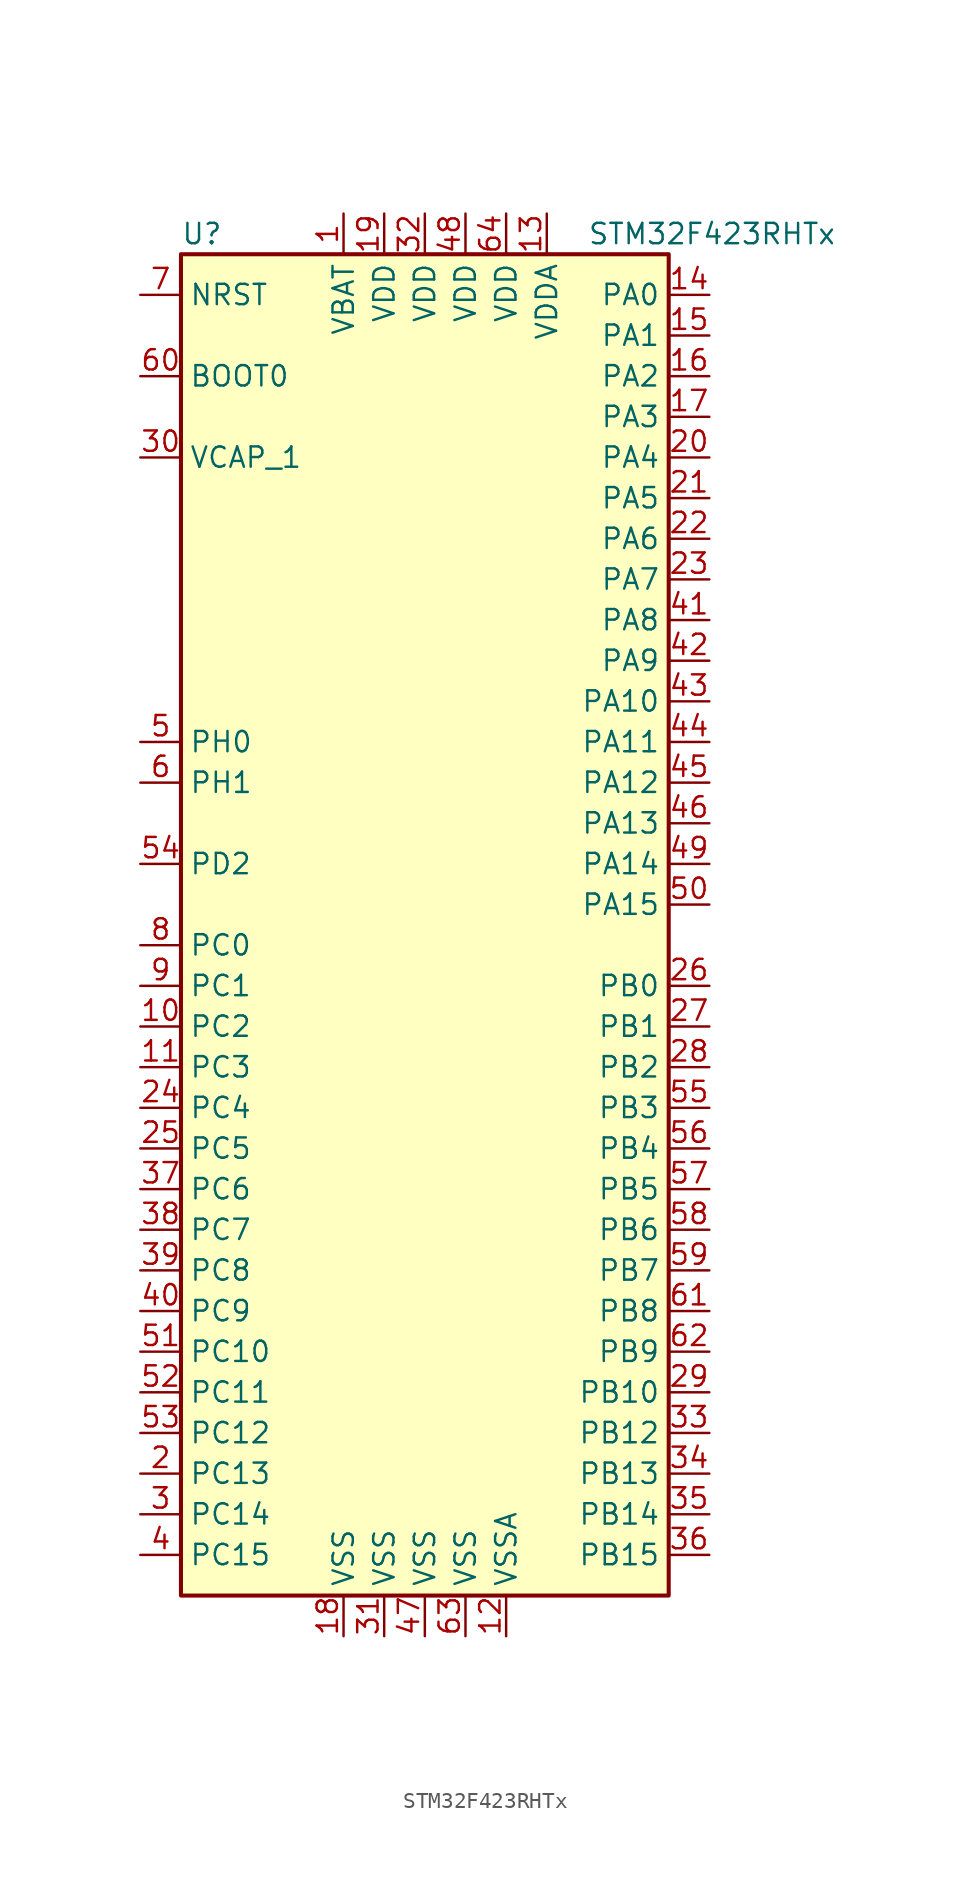
<source format=kicad_sym>
(kicad_symbol_lib
  (version 20201005)
  (generator kicad_symbol_editor)
  (symbol "STM32F423RHTx"
    (property "Reference" "U"
      (at -15.24 41.91 0)
      (effects (font (size 1.27 1.27)) (justify left)))
    (property "Value" "STM32F423RHTx"
      (at 10.16 41.91 0)
      (effects (font (size 1.27 1.27)) (justify left)))
    (symbol "STM32F423RHTx_0_1"
      (rectangle (start -15.24 -43.18) (end 15.24 40.64) (stroke (width 0.254)) (fill (type background))))
    (symbol "STM32F423RHTx_1_1"
      (pin power_in line (at -5.08 43.18 270) (length 2.54) (name "VBAT" (effects (font (size 1.27 1.27)))) (number "1" (effects (font (size 1.27 1.27)))))
      (pin bidirectional line (at -17.78 -7.62 0) (length 2.54) (name "PC2" (effects (font (size 1.27 1.27)))) (number "10" (effects (font (size 1.27 1.27)))))
      (pin bidirectional line (at -17.78 -10.16 0) (length 2.54) (name "PC3" (effects (font (size 1.27 1.27)))) (number "11" (effects (font (size 1.27 1.27)))))
      (pin power_in line (at 5.08 -45.72 90) (length 2.54) (name "VSSA" (effects (font (size 1.27 1.27)))) (number "12" (effects (font (size 1.27 1.27)))))
      (pin power_in line (at 7.62 43.18 270) (length 2.54) (name "VDDA" (effects (font (size 1.27 1.27)))) (number "13" (effects (font (size 1.27 1.27)))))
      (pin bidirectional line (at 17.78 38.1 180) (length 2.54) (name "PA0" (effects (font (size 1.27 1.27)))) (number "14" (effects (font (size 1.27 1.27)))))
      (pin bidirectional line (at 17.78 35.56 180) (length 2.54) (name "PA1" (effects (font (size 1.27 1.27)))) (number "15" (effects (font (size 1.27 1.27)))))
      (pin bidirectional line (at 17.78 33.02 180) (length 2.54) (name "PA2" (effects (font (size 1.27 1.27)))) (number "16" (effects (font (size 1.27 1.27)))))
      (pin bidirectional line (at 17.78 30.48 180) (length 2.54) (name "PA3" (effects (font (size 1.27 1.27)))) (number "17" (effects (font (size 1.27 1.27)))))
      (pin power_in line (at -5.08 -45.72 90) (length 2.54) (name "VSS" (effects (font (size 1.27 1.27)))) (number "18" (effects (font (size 1.27 1.27)))))
      (pin power_in line (at -2.54 43.18 270) (length 2.54) (name "VDD" (effects (font (size 1.27 1.27)))) (number "19" (effects (font (size 1.27 1.27)))))
      (pin bidirectional line (at -17.78 -35.56 0) (length 2.54) (name "PC13" (effects (font (size 1.27 1.27)))) (number "2" (effects (font (size 1.27 1.27)))))
      (pin bidirectional line (at 17.78 27.94 180) (length 2.54) (name "PA4" (effects (font (size 1.27 1.27)))) (number "20" (effects (font (size 1.27 1.27)))))
      (pin bidirectional line (at 17.78 25.4 180) (length 2.54) (name "PA5" (effects (font (size 1.27 1.27)))) (number "21" (effects (font (size 1.27 1.27)))))
      (pin bidirectional line (at 17.78 22.86 180) (length 2.54) (name "PA6" (effects (font (size 1.27 1.27)))) (number "22" (effects (font (size 1.27 1.27)))))
      (pin bidirectional line (at 17.78 20.32 180) (length 2.54) (name "PA7" (effects (font (size 1.27 1.27)))) (number "23" (effects (font (size 1.27 1.27)))))
      (pin bidirectional line (at -17.78 -12.7 0) (length 2.54) (name "PC4" (effects (font (size 1.27 1.27)))) (number "24" (effects (font (size 1.27 1.27)))))
      (pin bidirectional line (at -17.78 -15.24 0) (length 2.54) (name "PC5" (effects (font (size 1.27 1.27)))) (number "25" (effects (font (size 1.27 1.27)))))
      (pin bidirectional line (at 17.78 -5.08 180) (length 2.54) (name "PB0" (effects (font (size 1.27 1.27)))) (number "26" (effects (font (size 1.27 1.27)))))
      (pin bidirectional line (at 17.78 -7.62 180) (length 2.54) (name "PB1" (effects (font (size 1.27 1.27)))) (number "27" (effects (font (size 1.27 1.27)))))
      (pin bidirectional line (at 17.78 -10.16 180) (length 2.54) (name "PB2" (effects (font (size 1.27 1.27)))) (number "28" (effects (font (size 1.27 1.27)))))
      (pin bidirectional line (at 17.78 -30.48 180) (length 2.54) (name "PB10" (effects (font (size 1.27 1.27)))) (number "29" (effects (font (size 1.27 1.27)))))
      (pin bidirectional line (at -17.78 -38.1 0) (length 2.54) (name "PC14" (effects (font (size 1.27 1.27)))) (number "3" (effects (font (size 1.27 1.27)))))
      (pin power_in line (at -17.78 27.94 0) (length 2.54) (name "VCAP_1" (effects (font (size 1.27 1.27)))) (number "30" (effects (font (size 1.27 1.27)))))
      (pin power_in line (at -2.54 -45.72 90) (length 2.54) (name "VSS" (effects (font (size 1.27 1.27)))) (number "31" (effects (font (size 1.27 1.27)))))
      (pin power_in line (at 0 43.18 270) (length 2.54) (name "VDD" (effects (font (size 1.27 1.27)))) (number "32" (effects (font (size 1.27 1.27)))))
      (pin bidirectional line (at 17.78 -33.02 180) (length 2.54) (name "PB12" (effects (font (size 1.27 1.27)))) (number "33" (effects (font (size 1.27 1.27)))))
      (pin bidirectional line (at 17.78 -35.56 180) (length 2.54) (name "PB13" (effects (font (size 1.27 1.27)))) (number "34" (effects (font (size 1.27 1.27)))))
      (pin bidirectional line (at 17.78 -38.1 180) (length 2.54) (name "PB14" (effects (font (size 1.27 1.27)))) (number "35" (effects (font (size 1.27 1.27)))))
      (pin bidirectional line (at 17.78 -40.64 180) (length 2.54) (name "PB15" (effects (font (size 1.27 1.27)))) (number "36" (effects (font (size 1.27 1.27)))))
      (pin bidirectional line (at -17.78 -17.78 0) (length 2.54) (name "PC6" (effects (font (size 1.27 1.27)))) (number "37" (effects (font (size 1.27 1.27)))))
      (pin bidirectional line (at -17.78 -20.32 0) (length 2.54) (name "PC7" (effects (font (size 1.27 1.27)))) (number "38" (effects (font (size 1.27 1.27)))))
      (pin bidirectional line (at -17.78 -22.86 0) (length 2.54) (name "PC8" (effects (font (size 1.27 1.27)))) (number "39" (effects (font (size 1.27 1.27)))))
      (pin bidirectional line (at -17.78 -40.64 0) (length 2.54) (name "PC15" (effects (font (size 1.27 1.27)))) (number "4" (effects (font (size 1.27 1.27)))))
      (pin bidirectional line (at -17.78 -25.4 0) (length 2.54) (name "PC9" (effects (font (size 1.27 1.27)))) (number "40" (effects (font (size 1.27 1.27)))))
      (pin bidirectional line (at 17.78 17.78 180) (length 2.54) (name "PA8" (effects (font (size 1.27 1.27)))) (number "41" (effects (font (size 1.27 1.27)))))
      (pin bidirectional line (at 17.78 15.24 180) (length 2.54) (name "PA9" (effects (font (size 1.27 1.27)))) (number "42" (effects (font (size 1.27 1.27)))))
      (pin bidirectional line (at 17.78 12.7 180) (length 2.54) (name "PA10" (effects (font (size 1.27 1.27)))) (number "43" (effects (font (size 1.27 1.27)))))
      (pin bidirectional line (at 17.78 10.16 180) (length 2.54) (name "PA11" (effects (font (size 1.27 1.27)))) (number "44" (effects (font (size 1.27 1.27)))))
      (pin bidirectional line (at 17.78 7.62 180) (length 2.54) (name "PA12" (effects (font (size 1.27 1.27)))) (number "45" (effects (font (size 1.27 1.27)))))
      (pin bidirectional line (at 17.78 5.08 180) (length 2.54) (name "PA13" (effects (font (size 1.27 1.27)))) (number "46" (effects (font (size 1.27 1.27)))))
      (pin power_in line (at 0 -45.72 90) (length 2.54) (name "VSS" (effects (font (size 1.27 1.27)))) (number "47" (effects (font (size 1.27 1.27)))))
      (pin power_in line (at 2.54 43.18 270) (length 2.54) (name "VDD" (effects (font (size 1.27 1.27)))) (number "48" (effects (font (size 1.27 1.27)))))
      (pin bidirectional line (at 17.78 2.54 180) (length 2.54) (name "PA14" (effects (font (size 1.27 1.27)))) (number "49" (effects (font (size 1.27 1.27)))))
      (pin input line (at -17.78 10.16 0) (length 2.54) (name "PH0" (effects (font (size 1.27 1.27)))) (number "5" (effects (font (size 1.27 1.27)))))
      (pin bidirectional line (at 17.78 0 180) (length 2.54) (name "PA15" (effects (font (size 1.27 1.27)))) (number "50" (effects (font (size 1.27 1.27)))))
      (pin bidirectional line (at -17.78 -27.94 0) (length 2.54) (name "PC10" (effects (font (size 1.27 1.27)))) (number "51" (effects (font (size 1.27 1.27)))))
      (pin bidirectional line (at -17.78 -30.48 0) (length 2.54) (name "PC11" (effects (font (size 1.27 1.27)))) (number "52" (effects (font (size 1.27 1.27)))))
      (pin bidirectional line (at -17.78 -33.02 0) (length 2.54) (name "PC12" (effects (font (size 1.27 1.27)))) (number "53" (effects (font (size 1.27 1.27)))))
      (pin bidirectional line (at -17.78 2.54 0) (length 2.54) (name "PD2" (effects (font (size 1.27 1.27)))) (number "54" (effects (font (size 1.27 1.27)))))
      (pin bidirectional line (at 17.78 -12.7 180) (length 2.54) (name "PB3" (effects (font (size 1.27 1.27)))) (number "55" (effects (font (size 1.27 1.27)))))
      (pin bidirectional line (at 17.78 -15.24 180) (length 2.54) (name "PB4" (effects (font (size 1.27 1.27)))) (number "56" (effects (font (size 1.27 1.27)))))
      (pin bidirectional line (at 17.78 -17.78 180) (length 2.54) (name "PB5" (effects (font (size 1.27 1.27)))) (number "57" (effects (font (size 1.27 1.27)))))
      (pin bidirectional line (at 17.78 -20.32 180) (length 2.54) (name "PB6" (effects (font (size 1.27 1.27)))) (number "58" (effects (font (size 1.27 1.27)))))
      (pin bidirectional line (at 17.78 -22.86 180) (length 2.54) (name "PB7" (effects (font (size 1.27 1.27)))) (number "59" (effects (font (size 1.27 1.27)))))
      (pin input line (at -17.78 7.62 0) (length 2.54) (name "PH1" (effects (font (size 1.27 1.27)))) (number "6" (effects (font (size 1.27 1.27)))))
      (pin input line (at -17.78 33.02 0) (length 2.54) (name "BOOT0" (effects (font (size 1.27 1.27)))) (number "60" (effects (font (size 1.27 1.27)))))
      (pin bidirectional line (at 17.78 -25.4 180) (length 2.54) (name "PB8" (effects (font (size 1.27 1.27)))) (number "61" (effects (font (size 1.27 1.27)))))
      (pin bidirectional line (at 17.78 -27.94 180) (length 2.54) (name "PB9" (effects (font (size 1.27 1.27)))) (number "62" (effects (font (size 1.27 1.27)))))
      (pin power_in line (at 2.54 -45.72 90) (length 2.54) (name "VSS" (effects (font (size 1.27 1.27)))) (number "63" (effects (font (size 1.27 1.27)))))
      (pin power_in line (at 5.08 43.18 270) (length 2.54) (name "VDD" (effects (font (size 1.27 1.27)))) (number "64" (effects (font (size 1.27 1.27)))))
      (pin input line (at -17.78 38.1 0) (length 2.54) (name "NRST" (effects (font (size 1.27 1.27)))) (number "7" (effects (font (size 1.27 1.27)))))
      (pin bidirectional line (at -17.78 -2.54 0) (length 2.54) (name "PC0" (effects (font (size 1.27 1.27)))) (number "8" (effects (font (size 1.27 1.27)))))
      (pin bidirectional line (at -17.78 -5.08 0) (length 2.54) (name "PC1" (effects (font (size 1.27 1.27)))) (number "9" (effects (font (size 1.27 1.27))))))))
</source>
